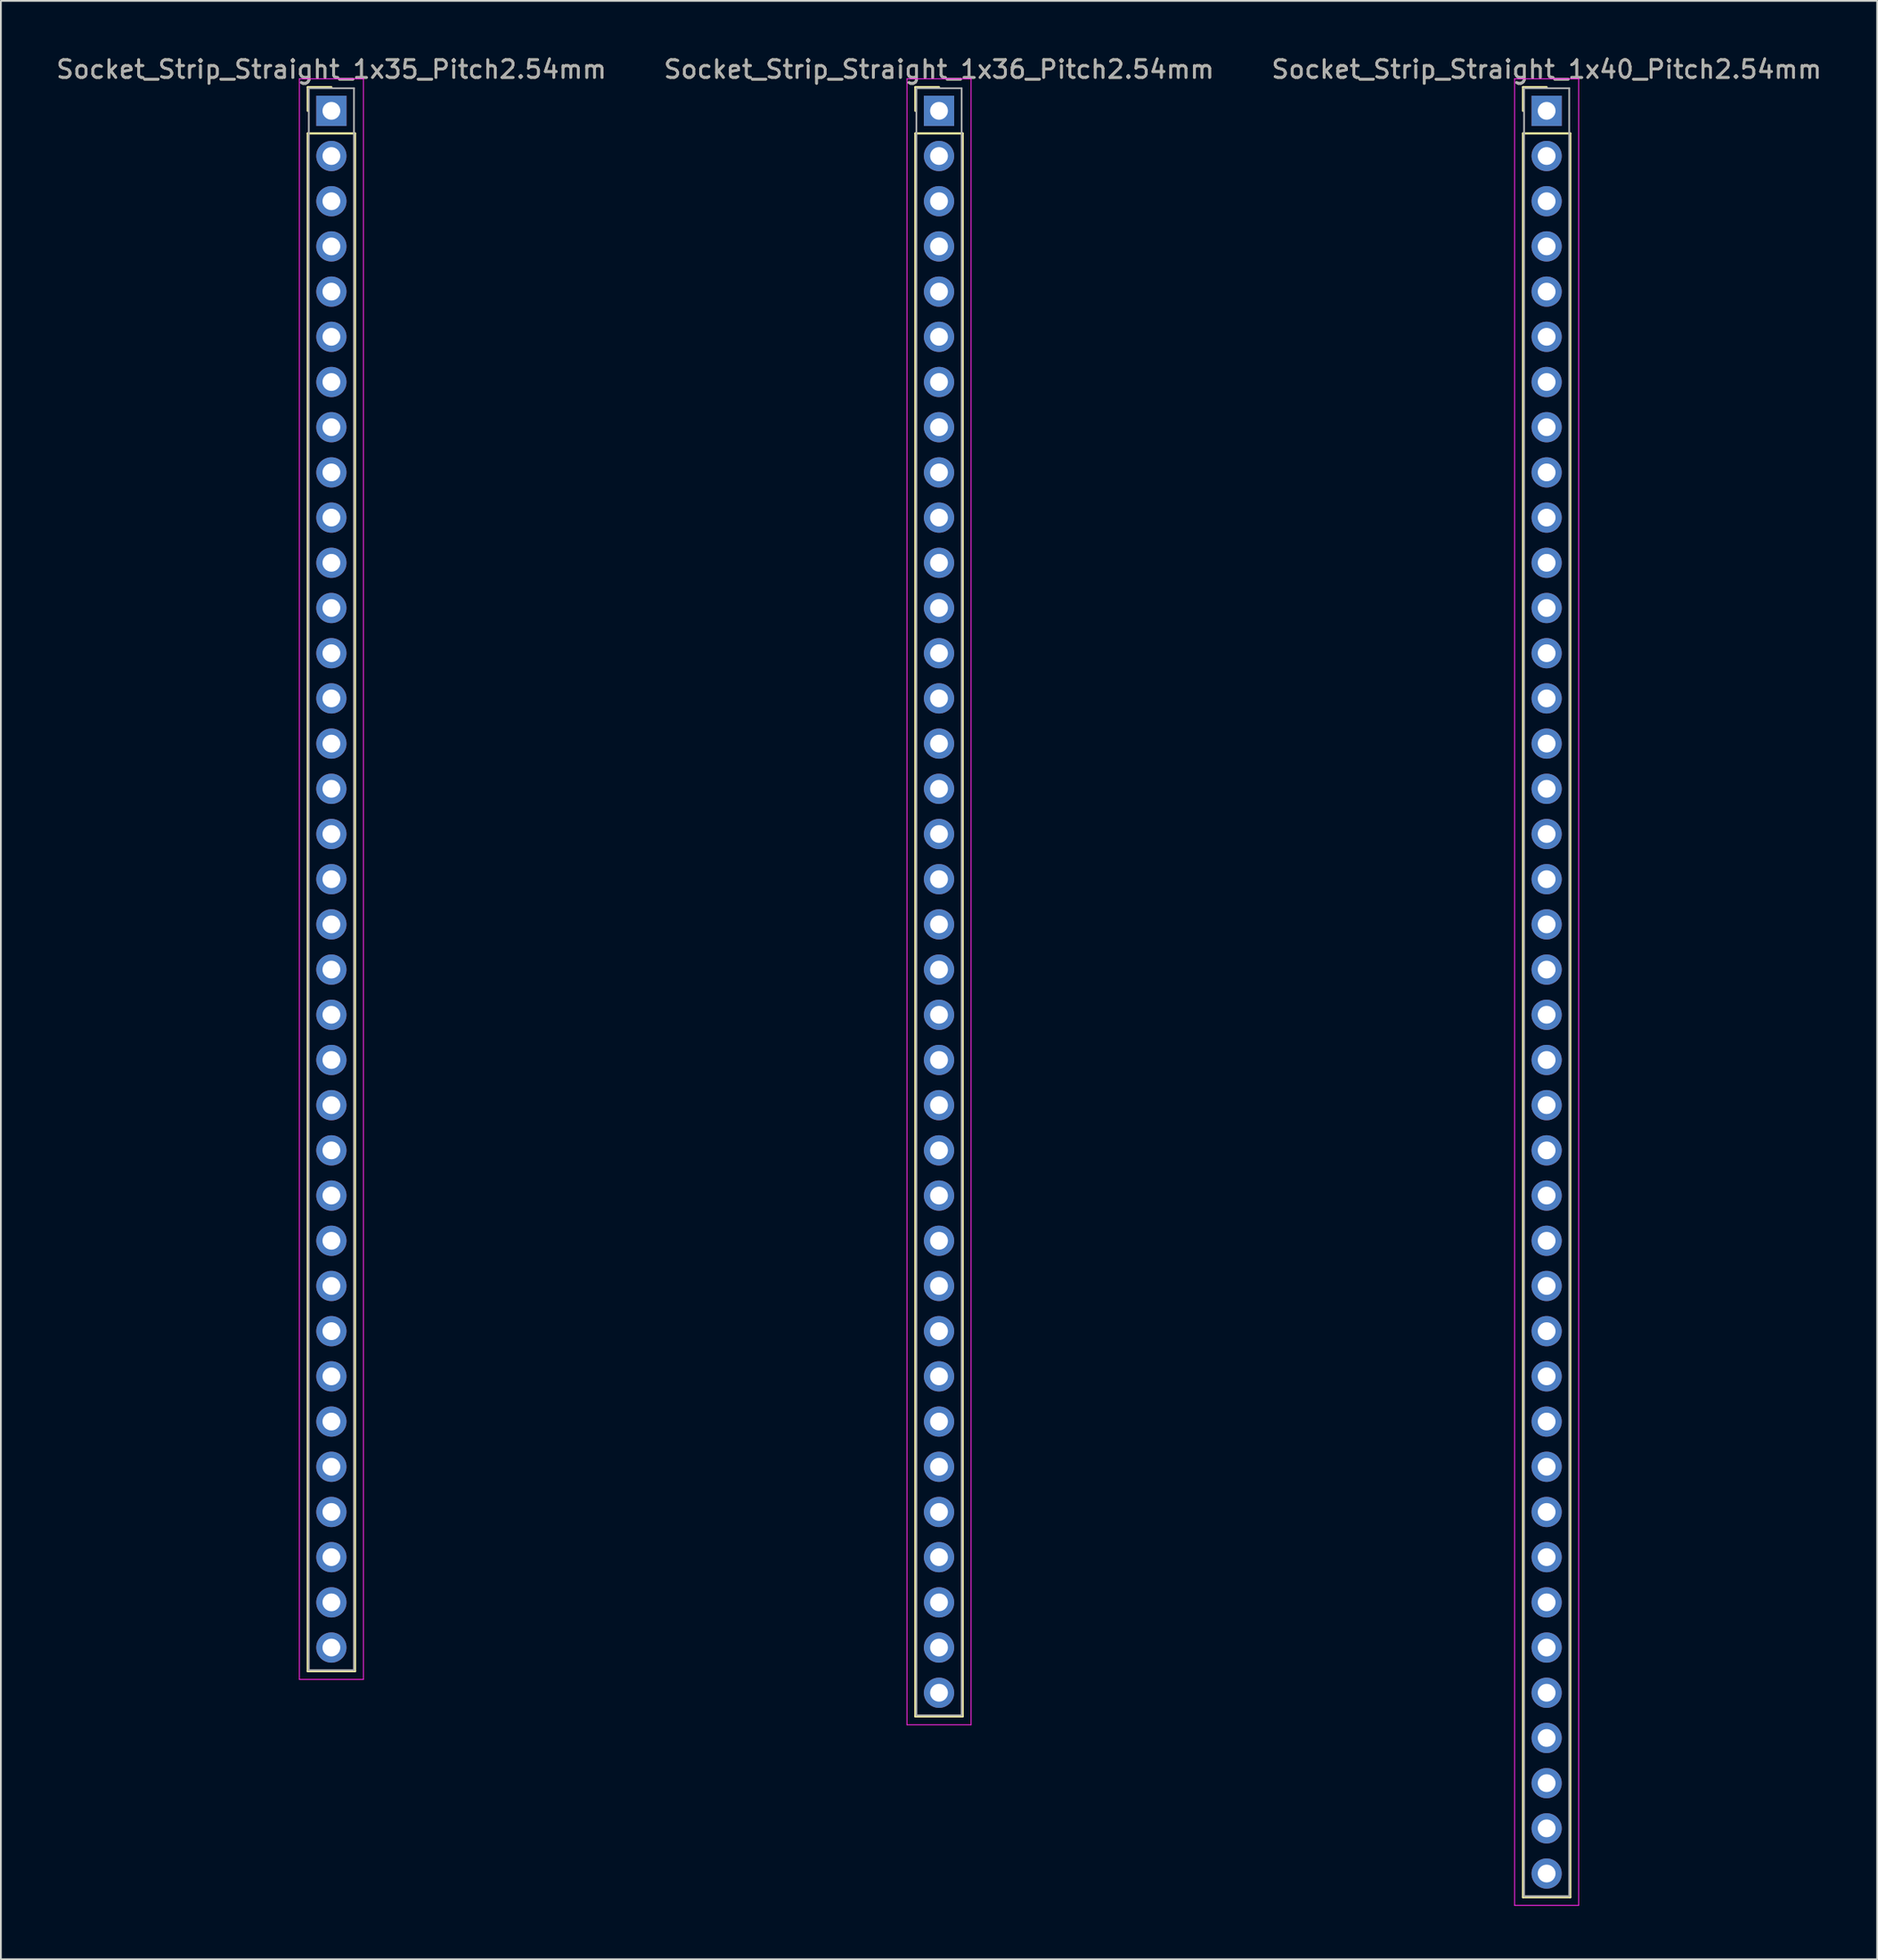
<source format=kicad_pcb>
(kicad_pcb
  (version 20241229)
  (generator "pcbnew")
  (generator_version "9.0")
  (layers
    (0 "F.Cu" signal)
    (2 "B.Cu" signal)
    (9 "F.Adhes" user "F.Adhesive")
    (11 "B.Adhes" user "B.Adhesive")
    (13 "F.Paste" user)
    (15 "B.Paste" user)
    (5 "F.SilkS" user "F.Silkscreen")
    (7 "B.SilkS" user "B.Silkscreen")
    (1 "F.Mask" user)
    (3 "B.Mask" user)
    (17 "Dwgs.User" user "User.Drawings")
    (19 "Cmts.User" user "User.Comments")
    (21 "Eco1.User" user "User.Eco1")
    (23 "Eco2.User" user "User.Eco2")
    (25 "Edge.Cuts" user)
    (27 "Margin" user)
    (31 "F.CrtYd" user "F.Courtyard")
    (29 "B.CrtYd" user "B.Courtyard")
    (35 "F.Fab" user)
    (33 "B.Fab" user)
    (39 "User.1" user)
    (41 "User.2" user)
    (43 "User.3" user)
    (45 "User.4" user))
  (footprint "Socket_Strip_Straight_1x40_Pitch2.54mm"
    (layer "F.Cu")
    (at 83.887 3.178)
    (property "Reference" "Socket_Strip_Straight_1x40_Pitch2.54mm" (at 0 -2.33 0) (layer "F.SilkS") (effects (font (size 1 1) (thickness 0.15))))
    (attr through_hole)
    (fp_line (start -1.33 -1.33) (end 0 -1.33) (stroke (width 0.12) (type solid)) (layer "F.SilkS"))
    (fp_line (start -1.33 0) (end -1.33 -1.33) (stroke (width 0.12) (type solid)) (layer "F.SilkS"))
    (fp_line (start -1.33 1.27) (end -1.33 100.39) (stroke (width 0.12) (type solid)) (layer "F.SilkS"))
    (fp_line (start -1.33 100.39) (end 1.33 100.39) (stroke (width 0.12) (type solid)) (layer "F.SilkS"))
    (fp_line (start 1.33 1.27) (end -1.33 1.27) (stroke (width 0.12) (type solid)) (layer "F.SilkS"))
    (fp_line (start 1.33 100.39) (end 1.33 1.27) (stroke (width 0.12) (type solid)) (layer "F.SilkS"))
    (fp_line (start -1.8 -1.8) (end -1.8 100.85) (stroke (width 0.05) (type solid)) (layer "F.CrtYd"))
    (fp_line (start -1.8 100.85) (end 1.8 100.85) (stroke (width 0.05) (type solid)) (layer "F.CrtYd"))
    (fp_line (start 1.8 -1.8) (end -1.8 -1.8) (stroke (width 0.05) (type solid)) (layer "F.CrtYd"))
    (fp_line (start 1.8 100.85) (end 1.8 -1.8) (stroke (width 0.05) (type solid)) (layer "F.CrtYd"))
    (fp_line (start -1.27 -1.27) (end -1.27 100.33) (stroke (width 0.1) (type solid)) (layer "F.Fab"))
    (fp_line (start -1.27 100.33) (end 1.27 100.33) (stroke (width 0.1) (type solid)) (layer "F.Fab"))
    (fp_line (start 1.27 -1.27) (end -1.27 -1.27) (stroke (width 0.1) (type solid)) (layer "F.Fab"))
    (fp_line (start 1.27 100.33) (end 1.27 -1.27) (stroke (width 0.1) (type solid)) (layer "F.Fab"))
    (fp_text user "${REFERENCE}" (at 0 -2.33 0) (layer "F.Fab") (effects (font (size 1 1) (thickness 0.15))))
    (pad "1" thru_hole rect (at 0 0) (size 1.7 1.7) (drill 1) (layers "*.Cu" "*.Mask"))
    (pad "2" thru_hole oval (at 0 2.54) (size 1.7 1.7) (drill 1) (layers "*.Cu" "*.Mask"))
    (pad "3" thru_hole oval (at 0 5.08) (size 1.7 1.7) (drill 1) (layers "*.Cu" "*.Mask"))
    (pad "4" thru_hole oval (at 0 7.62) (size 1.7 1.7) (drill 1) (layers "*.Cu" "*.Mask"))
    (pad "5" thru_hole oval (at 0 10.16) (size 1.7 1.7) (drill 1) (layers "*.Cu" "*.Mask"))
    (pad "6" thru_hole oval (at 0 12.7) (size 1.7 1.7) (drill 1) (layers "*.Cu" "*.Mask"))
    (pad "7" thru_hole oval (at 0 15.24) (size 1.7 1.7) (drill 1) (layers "*.Cu" "*.Mask"))
    (pad "8" thru_hole oval (at 0 17.78) (size 1.7 1.7) (drill 1) (layers "*.Cu" "*.Mask"))
    (pad "9" thru_hole oval (at 0 20.32) (size 1.7 1.7) (drill 1) (layers "*.Cu" "*.Mask"))
    (pad "10" thru_hole oval (at 0 22.86) (size 1.7 1.7) (drill 1) (layers "*.Cu" "*.Mask"))
    (pad "11" thru_hole oval (at 0 25.4) (size 1.7 1.7) (drill 1) (layers "*.Cu" "*.Mask"))
    (pad "12" thru_hole oval (at 0 27.94) (size 1.7 1.7) (drill 1) (layers "*.Cu" "*.Mask"))
    (pad "13" thru_hole oval (at 0 30.48) (size 1.7 1.7) (drill 1) (layers "*.Cu" "*.Mask"))
    (pad "14" thru_hole oval (at 0 33.02) (size 1.7 1.7) (drill 1) (layers "*.Cu" "*.Mask"))
    (pad "15" thru_hole oval (at 0 35.56) (size 1.7 1.7) (drill 1) (layers "*.Cu" "*.Mask"))
    (pad "16" thru_hole oval (at 0 38.1) (size 1.7 1.7) (drill 1) (layers "*.Cu" "*.Mask"))
    (pad "17" thru_hole oval (at 0 40.64) (size 1.7 1.7) (drill 1) (layers "*.Cu" "*.Mask"))
    (pad "18" thru_hole oval (at 0 43.18) (size 1.7 1.7) (drill 1) (layers "*.Cu" "*.Mask"))
    (pad "19" thru_hole oval (at 0 45.72) (size 1.7 1.7) (drill 1) (layers "*.Cu" "*.Mask"))
    (pad "20" thru_hole oval (at 0 48.26) (size 1.7 1.7) (drill 1) (layers "*.Cu" "*.Mask"))
    (pad "21" thru_hole oval (at 0 50.8) (size 1.7 1.7) (drill 1) (layers "*.Cu" "*.Mask"))
    (pad "22" thru_hole oval (at 0 53.34) (size 1.7 1.7) (drill 1) (layers "*.Cu" "*.Mask"))
    (pad "23" thru_hole oval (at 0 55.88) (size 1.7 1.7) (drill 1) (layers "*.Cu" "*.Mask"))
    (pad "24" thru_hole oval (at 0 58.42) (size 1.7 1.7) (drill 1) (layers "*.Cu" "*.Mask"))
    (pad "25" thru_hole oval (at 0 60.96) (size 1.7 1.7) (drill 1) (layers "*.Cu" "*.Mask"))
    (pad "26" thru_hole oval (at 0 63.5) (size 1.7 1.7) (drill 1) (layers "*.Cu" "*.Mask"))
    (pad "27" thru_hole oval (at 0 66.04) (size 1.7 1.7) (drill 1) (layers "*.Cu" "*.Mask"))
    (pad "28" thru_hole oval (at 0 68.58) (size 1.7 1.7) (drill 1) (layers "*.Cu" "*.Mask"))
    (pad "29" thru_hole oval (at 0 71.12) (size 1.7 1.7) (drill 1) (layers "*.Cu" "*.Mask"))
    (pad "30" thru_hole oval (at 0 73.66) (size 1.7 1.7) (drill 1) (layers "*.Cu" "*.Mask"))
    (pad "31" thru_hole oval (at 0 76.2) (size 1.7 1.7) (drill 1) (layers "*.Cu" "*.Mask"))
    (pad "32" thru_hole oval (at 0 78.74) (size 1.7 1.7) (drill 1) (layers "*.Cu" "*.Mask"))
    (pad "33" thru_hole oval (at 0 81.28) (size 1.7 1.7) (drill 1) (layers "*.Cu" "*.Mask"))
    (pad "34" thru_hole oval (at 0 83.82) (size 1.7 1.7) (drill 1) (layers "*.Cu" "*.Mask"))
    (pad "35" thru_hole oval (at 0 86.36) (size 1.7 1.7) (drill 1) (layers "*.Cu" "*.Mask"))
    (pad "36" thru_hole oval (at 0 88.9) (size 1.7 1.7) (drill 1) (layers "*.Cu" "*.Mask"))
    (pad "37" thru_hole oval (at 0 91.44) (size 1.7 1.7) (drill 1) (layers "*.Cu" "*.Mask"))
    (pad "38" thru_hole oval (at 0 93.98) (size 1.7 1.7) (drill 1) (layers "*.Cu" "*.Mask"))
    (pad "39" thru_hole oval (at 0 96.52) (size 1.7 1.7) (drill 1) (layers "*.Cu" "*.Mask"))
    (pad "40" thru_hole oval (at 0 99.06) (size 1.7 1.7) (drill 1) (layers "*.Cu" "*.Mask")))
  (footprint "Socket_Strip_Straight_1x36_Pitch2.54mm"
    (layer "F.Cu")
    (at 49.732 3.178)
    (property "Reference" "Socket_Strip_Straight_1x36_Pitch2.54mm" (at 0 -2.33 0) (layer "F.SilkS") (effects (font (size 1 1) (thickness 0.15))))
    (attr through_hole)
    (fp_line (start -1.33 -1.33) (end 0 -1.33) (stroke (width 0.12) (type solid)) (layer "F.SilkS"))
    (fp_line (start -1.33 0) (end -1.33 -1.33) (stroke (width 0.12) (type solid)) (layer "F.SilkS"))
    (fp_line (start -1.33 1.27) (end -1.33 90.23) (stroke (width 0.12) (type solid)) (layer "F.SilkS"))
    (fp_line (start -1.33 90.23) (end 1.33 90.23) (stroke (width 0.12) (type solid)) (layer "F.SilkS"))
    (fp_line (start 1.33 1.27) (end -1.33 1.27) (stroke (width 0.12) (type solid)) (layer "F.SilkS"))
    (fp_line (start 1.33 90.23) (end 1.33 1.27) (stroke (width 0.12) (type solid)) (layer "F.SilkS"))
    (fp_line (start -1.8 -1.8) (end -1.8 90.7) (stroke (width 0.05) (type solid)) (layer "F.CrtYd"))
    (fp_line (start -1.8 90.7) (end 1.8 90.7) (stroke (width 0.05) (type solid)) (layer "F.CrtYd"))
    (fp_line (start 1.8 -1.8) (end -1.8 -1.8) (stroke (width 0.05) (type solid)) (layer "F.CrtYd"))
    (fp_line (start 1.8 90.7) (end 1.8 -1.8) (stroke (width 0.05) (type solid)) (layer "F.CrtYd"))
    (fp_line (start -1.27 -1.27) (end -1.27 90.17) (stroke (width 0.1) (type solid)) (layer "F.Fab"))
    (fp_line (start -1.27 90.17) (end 1.27 90.17) (stroke (width 0.1) (type solid)) (layer "F.Fab"))
    (fp_line (start 1.27 -1.27) (end -1.27 -1.27) (stroke (width 0.1) (type solid)) (layer "F.Fab"))
    (fp_line (start 1.27 90.17) (end 1.27 -1.27) (stroke (width 0.1) (type solid)) (layer "F.Fab"))
    (fp_text user "${REFERENCE}" (at 0 -2.33 0) (layer "F.Fab") (effects (font (size 1 1) (thickness 0.15))))
    (pad "1" thru_hole rect (at 0 0) (size 1.7 1.7) (drill 1) (layers "*.Cu" "*.Mask"))
    (pad "2" thru_hole oval (at 0 2.54) (size 1.7 1.7) (drill 1) (layers "*.Cu" "*.Mask"))
    (pad "3" thru_hole oval (at 0 5.08) (size 1.7 1.7) (drill 1) (layers "*.Cu" "*.Mask"))
    (pad "4" thru_hole oval (at 0 7.62) (size 1.7 1.7) (drill 1) (layers "*.Cu" "*.Mask"))
    (pad "5" thru_hole oval (at 0 10.16) (size 1.7 1.7) (drill 1) (layers "*.Cu" "*.Mask"))
    (pad "6" thru_hole oval (at 0 12.7) (size 1.7 1.7) (drill 1) (layers "*.Cu" "*.Mask"))
    (pad "7" thru_hole oval (at 0 15.24) (size 1.7 1.7) (drill 1) (layers "*.Cu" "*.Mask"))
    (pad "8" thru_hole oval (at 0 17.78) (size 1.7 1.7) (drill 1) (layers "*.Cu" "*.Mask"))
    (pad "9" thru_hole oval (at 0 20.32) (size 1.7 1.7) (drill 1) (layers "*.Cu" "*.Mask"))
    (pad "10" thru_hole oval (at 0 22.86) (size 1.7 1.7) (drill 1) (layers "*.Cu" "*.Mask"))
    (pad "11" thru_hole oval (at 0 25.4) (size 1.7 1.7) (drill 1) (layers "*.Cu" "*.Mask"))
    (pad "12" thru_hole oval (at 0 27.94) (size 1.7 1.7) (drill 1) (layers "*.Cu" "*.Mask"))
    (pad "13" thru_hole oval (at 0 30.48) (size 1.7 1.7) (drill 1) (layers "*.Cu" "*.Mask"))
    (pad "14" thru_hole oval (at 0 33.02) (size 1.7 1.7) (drill 1) (layers "*.Cu" "*.Mask"))
    (pad "15" thru_hole oval (at 0 35.56) (size 1.7 1.7) (drill 1) (layers "*.Cu" "*.Mask"))
    (pad "16" thru_hole oval (at 0 38.1) (size 1.7 1.7) (drill 1) (layers "*.Cu" "*.Mask"))
    (pad "17" thru_hole oval (at 0 40.64) (size 1.7 1.7) (drill 1) (layers "*.Cu" "*.Mask"))
    (pad "18" thru_hole oval (at 0 43.18) (size 1.7 1.7) (drill 1) (layers "*.Cu" "*.Mask"))
    (pad "19" thru_hole oval (at 0 45.72) (size 1.7 1.7) (drill 1) (layers "*.Cu" "*.Mask"))
    (pad "20" thru_hole oval (at 0 48.26) (size 1.7 1.7) (drill 1) (layers "*.Cu" "*.Mask"))
    (pad "21" thru_hole oval (at 0 50.8) (size 1.7 1.7) (drill 1) (layers "*.Cu" "*.Mask"))
    (pad "22" thru_hole oval (at 0 53.34) (size 1.7 1.7) (drill 1) (layers "*.Cu" "*.Mask"))
    (pad "23" thru_hole oval (at 0 55.88) (size 1.7 1.7) (drill 1) (layers "*.Cu" "*.Mask"))
    (pad "24" thru_hole oval (at 0 58.42) (size 1.7 1.7) (drill 1) (layers "*.Cu" "*.Mask"))
    (pad "25" thru_hole oval (at 0 60.96) (size 1.7 1.7) (drill 1) (layers "*.Cu" "*.Mask"))
    (pad "26" thru_hole oval (at 0 63.5) (size 1.7 1.7) (drill 1) (layers "*.Cu" "*.Mask"))
    (pad "27" thru_hole oval (at 0 66.04) (size 1.7 1.7) (drill 1) (layers "*.Cu" "*.Mask"))
    (pad "28" thru_hole oval (at 0 68.58) (size 1.7 1.7) (drill 1) (layers "*.Cu" "*.Mask"))
    (pad "29" thru_hole oval (at 0 71.12) (size 1.7 1.7) (drill 1) (layers "*.Cu" "*.Mask"))
    (pad "30" thru_hole oval (at 0 73.66) (size 1.7 1.7) (drill 1) (layers "*.Cu" "*.Mask"))
    (pad "31" thru_hole oval (at 0 76.2) (size 1.7 1.7) (drill 1) (layers "*.Cu" "*.Mask"))
    (pad "32" thru_hole oval (at 0 78.74) (size 1.7 1.7) (drill 1) (layers "*.Cu" "*.Mask"))
    (pad "33" thru_hole oval (at 0 81.28) (size 1.7 1.7) (drill 1) (layers "*.Cu" "*.Mask"))
    (pad "34" thru_hole oval (at 0 83.82) (size 1.7 1.7) (drill 1) (layers "*.Cu" "*.Mask"))
    (pad "35" thru_hole oval (at 0 86.36) (size 1.7 1.7) (drill 1) (layers "*.Cu" "*.Mask"))
    (pad "36" thru_hole oval (at 0 88.9) (size 1.7 1.7) (drill 1) (layers "*.Cu" "*.Mask")))
  (footprint "Socket_Strip_Straight_1x35_Pitch2.54mm"
    (layer "F.Cu")
    (at 15.577 3.178)
    (property "Reference" "Socket_Strip_Straight_1x35_Pitch2.54mm" (at 0 -2.33 0) (layer "F.SilkS") (effects (font (size 1 1) (thickness 0.15))))
    (attr through_hole)
    (fp_line (start -1.33 -1.33) (end 0 -1.33) (stroke (width 0.12) (type solid)) (layer "F.SilkS"))
    (fp_line (start -1.33 0) (end -1.33 -1.33) (stroke (width 0.12) (type solid)) (layer "F.SilkS"))
    (fp_line (start -1.33 1.27) (end -1.33 87.69) (stroke (width 0.12) (type solid)) (layer "F.SilkS"))
    (fp_line (start -1.33 87.69) (end 1.33 87.69) (stroke (width 0.12) (type solid)) (layer "F.SilkS"))
    (fp_line (start 1.33 1.27) (end -1.33 1.27) (stroke (width 0.12) (type solid)) (layer "F.SilkS"))
    (fp_line (start 1.33 87.69) (end 1.33 1.27) (stroke (width 0.12) (type solid)) (layer "F.SilkS"))
    (fp_line (start -1.8 -1.8) (end -1.8 88.15) (stroke (width 0.05) (type solid)) (layer "F.CrtYd"))
    (fp_line (start -1.8 88.15) (end 1.8 88.15) (stroke (width 0.05) (type solid)) (layer "F.CrtYd"))
    (fp_line (start 1.8 -1.8) (end -1.8 -1.8) (stroke (width 0.05) (type solid)) (layer "F.CrtYd"))
    (fp_line (start 1.8 88.15) (end 1.8 -1.8) (stroke (width 0.05) (type solid)) (layer "F.CrtYd"))
    (fp_line (start -1.27 -1.27) (end -1.27 87.63) (stroke (width 0.1) (type solid)) (layer "F.Fab"))
    (fp_line (start -1.27 87.63) (end 1.27 87.63) (stroke (width 0.1) (type solid)) (layer "F.Fab"))
    (fp_line (start 1.27 -1.27) (end -1.27 -1.27) (stroke (width 0.1) (type solid)) (layer "F.Fab"))
    (fp_line (start 1.27 87.63) (end 1.27 -1.27) (stroke (width 0.1) (type solid)) (layer "F.Fab"))
    (fp_text user "${REFERENCE}" (at 0 -2.33 0) (layer "F.Fab") (effects (font (size 1 1) (thickness 0.15))))
    (pad "1" thru_hole rect (at 0 0) (size 1.7 1.7) (drill 1) (layers "*.Cu" "*.Mask"))
    (pad "2" thru_hole oval (at 0 2.54) (size 1.7 1.7) (drill 1) (layers "*.Cu" "*.Mask"))
    (pad "3" thru_hole oval (at 0 5.08) (size 1.7 1.7) (drill 1) (layers "*.Cu" "*.Mask"))
    (pad "4" thru_hole oval (at 0 7.62) (size 1.7 1.7) (drill 1) (layers "*.Cu" "*.Mask"))
    (pad "5" thru_hole oval (at 0 10.16) (size 1.7 1.7) (drill 1) (layers "*.Cu" "*.Mask"))
    (pad "6" thru_hole oval (at 0 12.7) (size 1.7 1.7) (drill 1) (layers "*.Cu" "*.Mask"))
    (pad "7" thru_hole oval (at 0 15.24) (size 1.7 1.7) (drill 1) (layers "*.Cu" "*.Mask"))
    (pad "8" thru_hole oval (at 0 17.78) (size 1.7 1.7) (drill 1) (layers "*.Cu" "*.Mask"))
    (pad "9" thru_hole oval (at 0 20.32) (size 1.7 1.7) (drill 1) (layers "*.Cu" "*.Mask"))
    (pad "10" thru_hole oval (at 0 22.86) (size 1.7 1.7) (drill 1) (layers "*.Cu" "*.Mask"))
    (pad "11" thru_hole oval (at 0 25.4) (size 1.7 1.7) (drill 1) (layers "*.Cu" "*.Mask"))
    (pad "12" thru_hole oval (at 0 27.94) (size 1.7 1.7) (drill 1) (layers "*.Cu" "*.Mask"))
    (pad "13" thru_hole oval (at 0 30.48) (size 1.7 1.7) (drill 1) (layers "*.Cu" "*.Mask"))
    (pad "14" thru_hole oval (at 0 33.02) (size 1.7 1.7) (drill 1) (layers "*.Cu" "*.Mask"))
    (pad "15" thru_hole oval (at 0 35.56) (size 1.7 1.7) (drill 1) (layers "*.Cu" "*.Mask"))
    (pad "16" thru_hole oval (at 0 38.1) (size 1.7 1.7) (drill 1) (layers "*.Cu" "*.Mask"))
    (pad "17" thru_hole oval (at 0 40.64) (size 1.7 1.7) (drill 1) (layers "*.Cu" "*.Mask"))
    (pad "18" thru_hole oval (at 0 43.18) (size 1.7 1.7) (drill 1) (layers "*.Cu" "*.Mask"))
    (pad "19" thru_hole oval (at 0 45.72) (size 1.7 1.7) (drill 1) (layers "*.Cu" "*.Mask"))
    (pad "20" thru_hole oval (at 0 48.26) (size 1.7 1.7) (drill 1) (layers "*.Cu" "*.Mask"))
    (pad "21" thru_hole oval (at 0 50.8) (size 1.7 1.7) (drill 1) (layers "*.Cu" "*.Mask"))
    (pad "22" thru_hole oval (at 0 53.34) (size 1.7 1.7) (drill 1) (layers "*.Cu" "*.Mask"))
    (pad "23" thru_hole oval (at 0 55.88) (size 1.7 1.7) (drill 1) (layers "*.Cu" "*.Mask"))
    (pad "24" thru_hole oval (at 0 58.42) (size 1.7 1.7) (drill 1) (layers "*.Cu" "*.Mask"))
    (pad "25" thru_hole oval (at 0 60.96) (size 1.7 1.7) (drill 1) (layers "*.Cu" "*.Mask"))
    (pad "26" thru_hole oval (at 0 63.5) (size 1.7 1.7) (drill 1) (layers "*.Cu" "*.Mask"))
    (pad "27" thru_hole oval (at 0 66.04) (size 1.7 1.7) (drill 1) (layers "*.Cu" "*.Mask"))
    (pad "28" thru_hole oval (at 0 68.58) (size 1.7 1.7) (drill 1) (layers "*.Cu" "*.Mask"))
    (pad "29" thru_hole oval (at 0 71.12) (size 1.7 1.7) (drill 1) (layers "*.Cu" "*.Mask"))
    (pad "30" thru_hole oval (at 0 73.66) (size 1.7 1.7) (drill 1) (layers "*.Cu" "*.Mask"))
    (pad "31" thru_hole oval (at 0 76.2) (size 1.7 1.7) (drill 1) (layers "*.Cu" "*.Mask"))
    (pad "32" thru_hole oval (at 0 78.74) (size 1.7 1.7) (drill 1) (layers "*.Cu" "*.Mask"))
    (pad "33" thru_hole oval (at 0 81.28) (size 1.7 1.7) (drill 1) (layers "*.Cu" "*.Mask"))
    (pad "34" thru_hole oval (at 0 83.82) (size 1.7 1.7) (drill 1) (layers "*.Cu" "*.Mask"))
    (pad "35" thru_hole oval (at 0 86.36) (size 1.7 1.7) (drill 1) (layers "*.Cu" "*.Mask")))
  (gr_rect
    (start -3 -3)
    (end 102.464 107.053)
    (stroke (width 0.1) (type default))
    (fill no)
    (layer "Edge.Cuts")))
</source>
